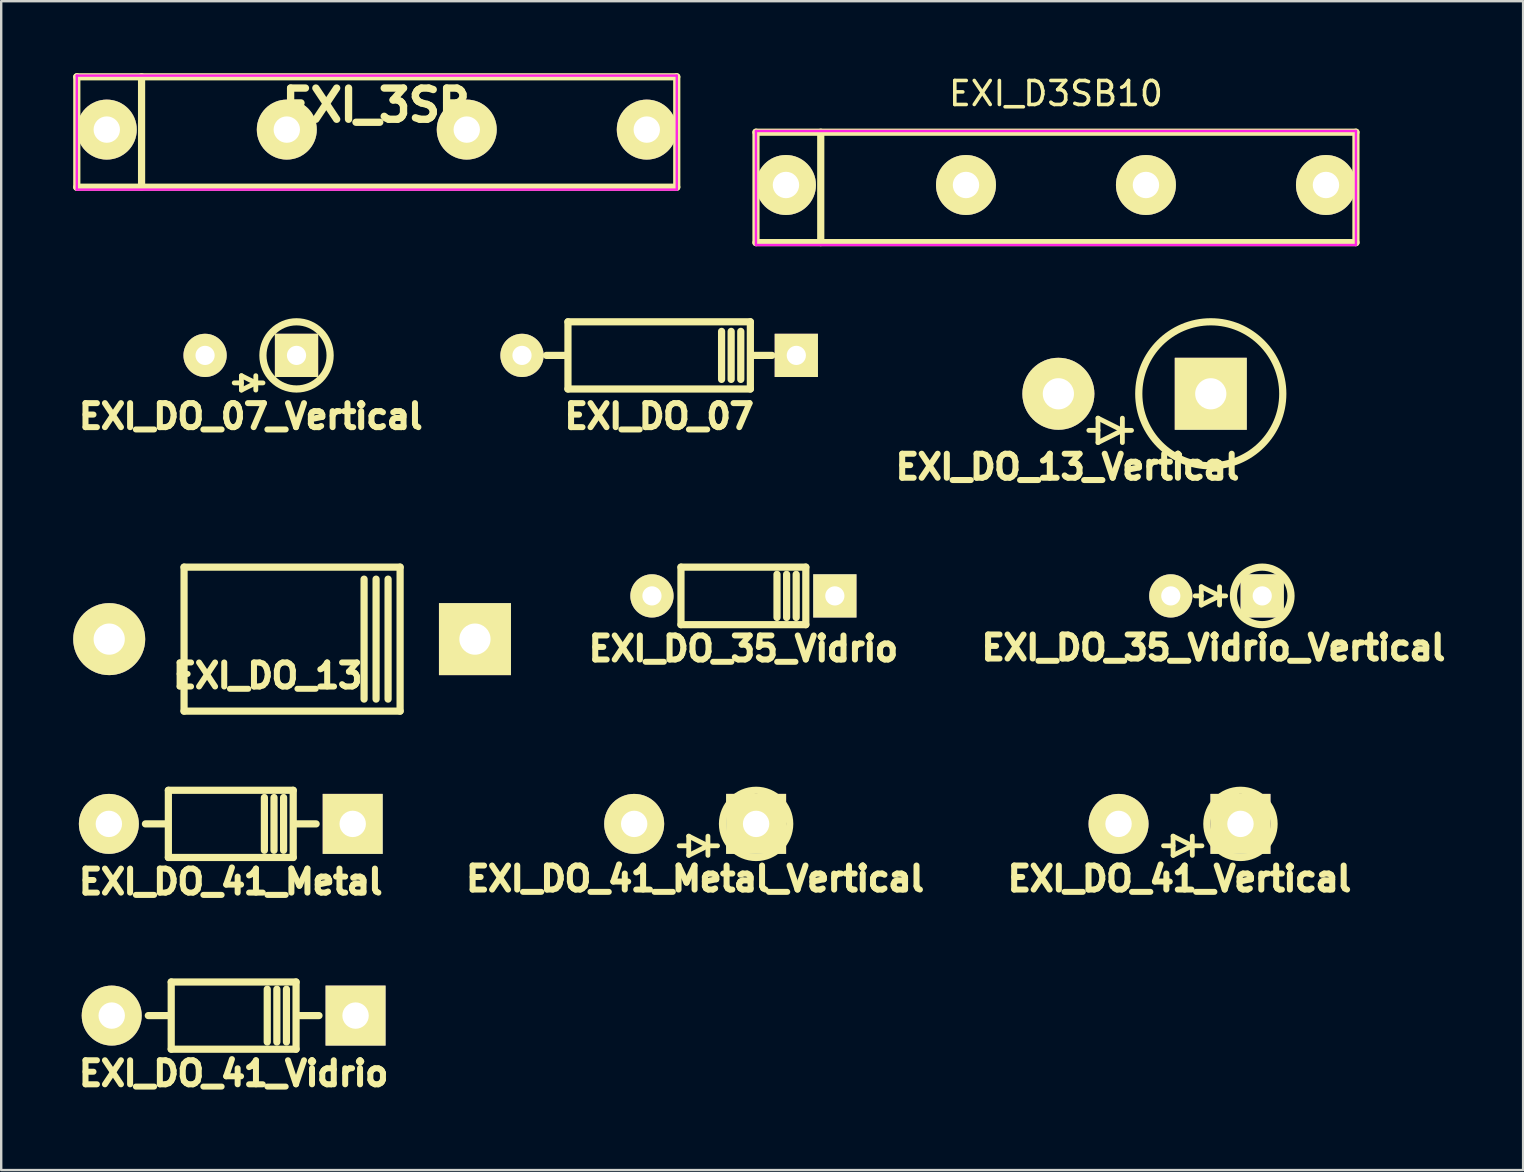
<source format=kicad_pcb>
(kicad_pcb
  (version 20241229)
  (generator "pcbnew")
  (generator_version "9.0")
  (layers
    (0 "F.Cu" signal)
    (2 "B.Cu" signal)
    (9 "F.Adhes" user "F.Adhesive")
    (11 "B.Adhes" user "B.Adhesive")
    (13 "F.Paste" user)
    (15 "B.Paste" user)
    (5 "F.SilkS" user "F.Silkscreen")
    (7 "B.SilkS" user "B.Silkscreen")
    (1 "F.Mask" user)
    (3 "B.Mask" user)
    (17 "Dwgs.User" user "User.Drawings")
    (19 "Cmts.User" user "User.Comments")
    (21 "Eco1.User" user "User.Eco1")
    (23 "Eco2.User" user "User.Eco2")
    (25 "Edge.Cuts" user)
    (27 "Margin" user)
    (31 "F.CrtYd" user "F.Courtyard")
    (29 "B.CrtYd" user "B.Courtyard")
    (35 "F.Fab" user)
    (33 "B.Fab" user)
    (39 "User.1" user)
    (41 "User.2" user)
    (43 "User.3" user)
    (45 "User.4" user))
  (footprint "EXI_DO_41_Vertical"
    (layer "F.Cu")
    (at 46.096 31.279)
    (property "Reference" "EXI_DO_41_Vertical" (at 0 2.286 0) (layer "F.SilkS") (effects (font (size 1.001 1.001) (thickness 0.251))))
    (attr through_hole)
    (fp_line (start -0.665 0.912) (end -0.267 0.912) (stroke (width 0.201) (type solid)) (layer "F.SilkS"))
    (fp_line (start -0.267 0.511) (end -0.267 1.311) (stroke (width 0.201) (type solid)) (layer "F.SilkS"))
    (fp_line (start -0.267 1.311) (end 0.533 0.912) (stroke (width 0.201) (type solid)) (layer "F.SilkS"))
    (fp_line (start 0.533 0.511) (end 0.533 1.311) (stroke (width 0.201) (type solid)) (layer "F.SilkS"))
    (fp_line (start 0.533 0.912) (end -0.267 0.511) (stroke (width 0.201) (type solid)) (layer "F.SilkS"))
    (fp_line (start 0.533 0.912) (end 0.935 0.912) (stroke (width 0.201) (type solid)) (layer "F.SilkS"))
    (fp_circle (center 2.54 0) (end 3.94 0) (stroke (width 0.3) (type solid)) (fill no) (layer "F.SilkS"))
    (pad "1" thru_hole circle (at -2.54 0) (size 2.499 2.499) (drill 1.1) (layers "*.Cu" "*.Mask" "F.SilkS"))
    (pad "2" thru_hole rect (at 2.54 0) (size 2.499 2.499) (drill 1.1) (layers "*.Cu" "*.Mask" "F.SilkS")))
  (footprint "EXI_DO_35_Vidrio_Vertical"
    (layer "F.Cu")
    (at 47.638 21.779)
    (property "Reference" "EXI_DO_35_Vidrio_Vertical" (at -0.127 2.159 0) (layer "F.SilkS") (effects (font (size 1.001 1.001) (thickness 0.251))))
    (attr through_hole)
    (fp_line (start -0.635 -0.381) (end -0.635 0.381) (stroke (width 0.201) (type solid)) (layer "F.SilkS"))
    (fp_line (start -0.635 0) (end -0.889 0) (stroke (width 0.201) (type solid)) (layer "F.SilkS"))
    (fp_line (start -0.635 0.381) (end 0.127 0) (stroke (width 0.201) (type solid)) (layer "F.SilkS"))
    (fp_line (start 0.127 -0.381) (end 0.127 0.381) (stroke (width 0.201) (type solid)) (layer "F.SilkS"))
    (fp_line (start 0.127 0) (end -0.635 -0.381) (stroke (width 0.201) (type solid)) (layer "F.SilkS"))
    (fp_line (start 0.127 0) (end 0.381 0) (stroke (width 0.201) (type solid)) (layer "F.SilkS"))
    (fp_circle (center 1.905 0) (end 3.104 0) (stroke (width 0.3) (type solid)) (fill no) (layer "F.SilkS"))
    (pad "1" thru_hole circle (at -1.905 0) (size 1.801 1.801) (drill 0.8) (layers "*.Cu" "*.Mask" "F.SilkS"))
    (pad "2" thru_hole rect (at 1.905 0) (size 1.801 1.801) (drill 0.8) (layers "*.Cu" "*.Mask" "F.SilkS")))
  (footprint "EXI_DO_41_Metal"
    (layer "F.Cu")
    (at 6.566 31.279)
    (property "Reference" "EXI_DO_41_Metal" (at 0 2.413 0) (layer "F.SilkS") (effects (font (size 1.001 1.001) (thickness 0.251))))
    (attr through_hole)
    (fp_line (start -2.667 0) (end -3.556 0) (stroke (width 0.3) (type solid)) (layer "F.SilkS"))
    (fp_line (start -2.601 -1.4) (end -2.601 1.4) (stroke (width 0.3) (type solid)) (layer "F.SilkS"))
    (fp_line (start -2.601 -1.4) (end 2.601 -1.4) (stroke (width 0.3) (type solid)) (layer "F.SilkS"))
    (fp_line (start -2.601 1.4) (end 2.601 1.4) (stroke (width 0.3) (type solid)) (layer "F.SilkS"))
    (fp_line (start 1.4 -1.1) (end 1.4 1.1) (stroke (width 0.3) (type solid)) (layer "F.SilkS"))
    (fp_line (start 1.801 -1.1) (end 1.801 1.1) (stroke (width 0.3) (type solid)) (layer "F.SilkS"))
    (fp_line (start 2.2 -1.1) (end 2.2 1.1) (stroke (width 0.3) (type solid)) (layer "F.SilkS"))
    (fp_line (start 2.601 -1.4) (end 2.601 1.4) (stroke (width 0.3) (type solid)) (layer "F.SilkS"))
    (fp_line (start 2.667 0) (end 3.556 0) (stroke (width 0.3) (type solid)) (layer "F.SilkS"))
    (pad "1" thru_hole circle (at -5.08 0) (size 2.499 2.499) (drill 1.1) (layers "*.Cu" "*.Mask" "F.SilkS"))
    (pad "2" thru_hole rect (at 5.08 0) (size 2.499 2.499) (drill 1.1) (layers "*.Cu" "*.Mask" "F.SilkS")))
  (footprint "EXI_DO_35_Vidrio"
    (layer "F.Cu")
    (at 27.925 21.779)
    (property "Reference" "EXI_DO_35_Vidrio" (at 0 2.2 0) (layer "F.SilkS") (effects (font (size 1.001 1.001) (thickness 0.251))))
    (attr through_hole)
    (fp_line (start -2.601 -1.199) (end 2.601 -1.199) (stroke (width 0.3) (type solid)) (layer "F.SilkS"))
    (fp_line (start -2.601 1.199) (end -2.601 -1.199) (stroke (width 0.3) (type solid)) (layer "F.SilkS"))
    (fp_line (start 1.4 -0.899) (end 1.4 0.899) (stroke (width 0.3) (type solid)) (layer "F.SilkS"))
    (fp_line (start 1.801 -0.899) (end 1.801 0.899) (stroke (width 0.3) (type solid)) (layer "F.SilkS"))
    (fp_line (start 2.2 -0.899) (end 2.2 0.899) (stroke (width 0.3) (type solid)) (layer "F.SilkS"))
    (fp_line (start 2.601 -1.199) (end 2.601 1.199) (stroke (width 0.3) (type solid)) (layer "F.SilkS"))
    (fp_line (start 2.601 1.199) (end -2.601 1.199) (stroke (width 0.3) (type solid)) (layer "F.SilkS"))
    (pad "1" thru_hole circle (at -3.81 0) (size 1.801 1.801) (drill 0.8) (layers "*.Cu" "*.Mask" "F.SilkS"))
    (pad "2" thru_hole rect (at 3.81 0) (size 1.801 1.801) (drill 0.8) (layers "*.Cu" "*.Mask" "F.SilkS")))
  (footprint "EXI_3SB"
    (layer "F.Cu")
    (at 12.649 2.35)
    (property "Reference" "EXI_3SB" (at 0 -1.016 0) (layer "F.SilkS") (effects (font (size 1.3 1.3) (thickness 0.305))))
    (attr through_hole)
    (fp_line (start -12.499 -2.2) (end 12.499 -2.2) (stroke (width 0.3) (type solid)) (layer "F.SilkS"))
    (fp_line (start -12.499 2.4) (end -12.499 -2.2) (stroke (width 0.3) (type solid)) (layer "F.SilkS"))
    (fp_line (start -9.8 -2.2) (end -9.8 2.4) (stroke (width 0.3) (type solid)) (layer "F.SilkS"))
    (fp_line (start 12.499 -2.2) (end 12.499 2.4) (stroke (width 0.3) (type solid)) (layer "F.SilkS"))
    (fp_line (start 12.499 2.4) (end -12.499 2.4) (stroke (width 0.3) (type solid)) (layer "F.SilkS"))
    (fp_line (start -12.5 -2.25) (end -12.5 2.5) (stroke (width 0.1) (type solid)) (layer "F.CrtYd"))
    (fp_line (start -12.5 2.5) (end 12.5 2.5) (stroke (width 0.1) (type solid)) (layer "F.CrtYd"))
    (fp_line (start 12.5 -2.25) (end -12.5 -2.25) (stroke (width 0.1) (type solid)) (layer "F.CrtYd"))
    (fp_line (start 12.5 2.5) (end 12.5 -2.25) (stroke (width 0.1) (type solid)) (layer "F.CrtYd"))
    (pad "1" thru_hole circle (at -11.25 0) (size 2.499 2.499) (drill 1.1) (layers "*.Cu" "*.Mask" "F.SilkS"))
    (pad "2" thru_hole circle (at -3.749 0) (size 2.499 2.499) (drill 1.1) (layers "*.Cu" "*.Mask" "F.SilkS"))
    (pad "3" thru_hole circle (at 3.749 0) (size 2.499 2.499) (drill 1.1) (layers "*.Cu" "*.Mask" "F.SilkS"))
    (pad "4" thru_hole circle (at 11.25 0) (size 2.499 2.499) (drill 1.1) (layers "*.Cu" "*.Mask" "F.SilkS")))
  (footprint "EXI_DO_13_Vertical"
    (layer "F.Cu")
    (at 44.224 13.358)
    (property "Reference" "EXI_DO_13_Vertical" (at -2.794 3.048 0) (layer "F.SilkS") (effects (font (size 1.001 1.001) (thickness 0.251))))
    (attr through_hole)
    (fp_line (start -1.524 1.016) (end -1.524 2.032) (stroke (width 0.201) (type solid)) (layer "F.SilkS"))
    (fp_line (start -1.524 1.524) (end -1.905 1.524) (stroke (width 0.201) (type solid)) (layer "F.SilkS"))
    (fp_line (start -1.524 2.032) (end -0.508 1.524) (stroke (width 0.201) (type solid)) (layer "F.SilkS"))
    (fp_line (start -0.508 1.016) (end -0.508 2.032) (stroke (width 0.201) (type solid)) (layer "F.SilkS"))
    (fp_line (start -0.508 1.524) (end -1.524 1.016) (stroke (width 0.201) (type solid)) (layer "F.SilkS"))
    (fp_line (start -0.508 1.524) (end -0.127 1.524) (stroke (width 0.201) (type solid)) (layer "F.SilkS"))
    (fp_circle (center 3.175 0) (end 3.175 -3) (stroke (width 0.3) (type solid)) (fill no) (layer "F.SilkS"))
    (pad "1" thru_hole circle (at -3.175 0) (size 3 3) (drill 1.3) (layers "*.Cu" "*.Mask" "F.SilkS"))
    (pad "2" thru_hole rect (at 3.175 0) (size 3 3) (drill 1.3) (layers "*.Cu" "*.Mask" "F.SilkS")))
  (footprint "EXI_DO_41_Vidrio"
    (layer "F.Cu")
    (at 6.685 39.266)
    (property "Reference" "EXI_DO_41_Vidrio" (at 0 2.413 0) (layer "F.SilkS") (effects (font (size 1.001 1.001) (thickness 0.251))))
    (attr through_hole)
    (fp_line (start -2.667 0) (end -3.556 0) (stroke (width 0.3) (type solid)) (layer "F.SilkS"))
    (fp_line (start -2.601 -1.4) (end -2.601 1.4) (stroke (width 0.3) (type solid)) (layer "F.SilkS"))
    (fp_line (start -2.601 -1.4) (end 2.601 -1.4) (stroke (width 0.3) (type solid)) (layer "F.SilkS"))
    (fp_line (start -2.601 1.4) (end 2.601 1.4) (stroke (width 0.3) (type solid)) (layer "F.SilkS"))
    (fp_line (start 1.4 -1.1) (end 1.4 1.1) (stroke (width 0.3) (type solid)) (layer "F.SilkS"))
    (fp_line (start 1.801 -1.1) (end 1.801 1.1) (stroke (width 0.3) (type solid)) (layer "F.SilkS"))
    (fp_line (start 2.2 -1.1) (end 2.2 1.1) (stroke (width 0.3) (type solid)) (layer "F.SilkS"))
    (fp_line (start 2.601 -1.4) (end 2.601 1.4) (stroke (width 0.3) (type solid)) (layer "F.SilkS"))
    (fp_line (start 2.667 0) (end 3.556 0) (stroke (width 0.3) (type solid)) (layer "F.SilkS"))
    (pad "1" thru_hole circle (at -5.08 0) (size 2.499 2.499) (drill 1.1) (layers "*.Cu" "*.Mask" "F.SilkS"))
    (pad "2" thru_hole rect (at 5.08 0) (size 2.499 2.499) (drill 1.1) (layers "*.Cu" "*.Mask" "F.SilkS")))
  (footprint "EXI_DO_13"
    (layer "F.Cu")
    (at 9.12 23.58)
    (property "Reference" "EXI_DO_13" (at -1.016 1.524 0) (layer "F.SilkS") (effects (font (size 1.001 1.001) (thickness 0.251))))
    (attr through_hole)
    (fp_line (start -4.501 -3) (end 4.501 -3) (stroke (width 0.3) (type solid)) (layer "F.SilkS"))
    (fp_line (start -4.501 3) (end -4.501 -3) (stroke (width 0.3) (type solid)) (layer "F.SilkS"))
    (fp_line (start 3 -2.499) (end 3 2.499) (stroke (width 0.3) (type solid)) (layer "F.SilkS"))
    (fp_line (start 3.5 -2.499) (end 3.5 2.499) (stroke (width 0.3) (type solid)) (layer "F.SilkS"))
    (fp_line (start 4 -2.499) (end 4 2.499) (stroke (width 0.3) (type solid)) (layer "F.SilkS"))
    (fp_line (start 4.501 -3) (end 4.501 3) (stroke (width 0.3) (type solid)) (layer "F.SilkS"))
    (fp_line (start 4.501 3) (end -4.501 3) (stroke (width 0.3) (type solid)) (layer "F.SilkS"))
    (pad "1" thru_hole circle (at -7.62 0) (size 3 3) (drill 1.3) (layers "*.Cu" "*.Mask" "F.SilkS"))
    (pad "2" thru_hole rect (at 7.62 0) (size 3 3) (drill 1.3) (layers "*.Cu" "*.Mask" "F.SilkS")))
  (footprint "EXI_DO_07"
    (layer "F.Cu")
    (at 24.415 11.758)
    (property "Reference" "EXI_DO_07" (at 0 2.54 0) (layer "F.SilkS") (effects (font (size 1.001 1.001) (thickness 0.251))))
    (attr through_hole)
    (fp_line (start -4.699 0) (end -3.937 0) (stroke (width 0.3) (type solid)) (layer "F.SilkS"))
    (fp_line (start -3.8 -1.4) (end 3.8 -1.4) (stroke (width 0.3) (type solid)) (layer "F.SilkS"))
    (fp_line (start -3.8 1.4) (end -3.8 -1.4) (stroke (width 0.3) (type solid)) (layer "F.SilkS"))
    (fp_line (start 2.601 -1.001) (end 2.601 1.001) (stroke (width 0.3) (type solid)) (layer "F.SilkS"))
    (fp_line (start 3 -1.001) (end 3 1.001) (stroke (width 0.3) (type solid)) (layer "F.SilkS"))
    (fp_line (start 3.401 -1.001) (end 3.401 1.001) (stroke (width 0.3) (type solid)) (layer "F.SilkS"))
    (fp_line (start 3.8 -1.4) (end 3.8 1.4) (stroke (width 0.3) (type solid)) (layer "F.SilkS"))
    (fp_line (start 3.8 1.4) (end -3.8 1.4) (stroke (width 0.3) (type solid)) (layer "F.SilkS"))
    (fp_line (start 4.699 0) (end 3.937 0) (stroke (width 0.3) (type solid)) (layer "F.SilkS"))
    (pad "1" thru_hole circle (at -5.715 0) (size 1.801 1.801) (drill 0.8) (layers "*.Cu" "*.Mask" "F.SilkS"))
    (pad "2" thru_hole rect (at 5.715 0) (size 1.801 1.801) (drill 0.8) (layers "*.Cu" "*.Mask" "F.SilkS")))
  (footprint "EXI_DO_41_Metal_Vertical"
    (layer "F.Cu")
    (at 25.914 31.279)
    (property "Reference" "EXI_DO_41_Metal_Vertical" (at 0 2.286 0) (layer "F.SilkS") (effects (font (size 1.001 1.001) (thickness 0.251))))
    (attr through_hole)
    (fp_line (start -0.665 0.912) (end -0.267 0.912) (stroke (width 0.201) (type solid)) (layer "F.SilkS"))
    (fp_line (start -0.267 0.511) (end -0.267 1.311) (stroke (width 0.201) (type solid)) (layer "F.SilkS"))
    (fp_line (start -0.267 1.311) (end 0.533 0.912) (stroke (width 0.201) (type solid)) (layer "F.SilkS"))
    (fp_line (start 0.533 0.511) (end 0.533 1.311) (stroke (width 0.201) (type solid)) (layer "F.SilkS"))
    (fp_line (start 0.533 0.912) (end -0.267 0.511) (stroke (width 0.201) (type solid)) (layer "F.SilkS"))
    (fp_line (start 0.533 0.912) (end 0.935 0.912) (stroke (width 0.201) (type solid)) (layer "F.SilkS"))
    (fp_circle (center 2.54 0) (end 3.94 0) (stroke (width 0.3) (type solid)) (fill no) (layer "F.SilkS"))
    (pad "1" thru_hole circle (at -2.54 0) (size 2.499 2.499) (drill 1.1) (layers "*.Cu" "*.Mask" "F.SilkS"))
    (pad "2" thru_hole rect (at 2.54 0) (size 2.499 2.499) (drill 1.1) (layers "*.Cu" "*.Mask" "F.SilkS")))
  (footprint "EXI_DO_07_Vertical"
    (layer "F.Cu")
    (at 7.4 11.758)
    (property "Reference" "EXI_DO_07_Vertical" (at 0 2.54 0) (layer "F.SilkS") (effects (font (size 1.001 1.001) (thickness 0.251))))
    (attr through_hole)
    (fp_line (start -0.691 1.146) (end -0.391 1.146) (stroke (width 0.201) (type solid)) (layer "F.SilkS"))
    (fp_line (start -0.391 0.846) (end -0.391 1.445) (stroke (width 0.201) (type solid)) (layer "F.SilkS"))
    (fp_line (start -0.391 1.445) (end 0.208 1.146) (stroke (width 0.201) (type solid)) (layer "F.SilkS"))
    (fp_line (start 0.208 0.846) (end 0.208 1.445) (stroke (width 0.201) (type solid)) (layer "F.SilkS"))
    (fp_line (start 0.208 1.146) (end -0.391 0.846) (stroke (width 0.201) (type solid)) (layer "F.SilkS"))
    (fp_line (start 0.508 1.146) (end 0.208 1.146) (stroke (width 0.201) (type solid)) (layer "F.SilkS"))
    (fp_circle (center 1.905 0) (end 1.905 -1.4) (stroke (width 0.3) (type solid)) (fill no) (layer "F.SilkS"))
    (pad "1" thru_hole circle (at -1.905 0) (size 1.801 1.801) (drill 0.8) (layers "*.Cu" "*.Mask" "F.SilkS"))
    (pad "2" thru_hole rect (at 1.905 0) (size 1.801 1.801) (drill 0.8) (layers "*.Cu" "*.Mask" "F.SilkS")))
  (footprint "EXI_D3SB10"
    (layer "F.Cu")
    (at 40.948 4.658)
    (property "Reference" "EXI_D3SB10" (at 0 -3.81 0) (layer "F.SilkS") (effects (font (size 1 1) (thickness 0.15))))
    (attr through_hole)
    (fp_line (start -12.499 -2.2) (end 12.499 -2.2) (stroke (width 0.3) (type solid)) (layer "F.SilkS"))
    (fp_line (start -12.499 2.4) (end -12.499 -2.2) (stroke (width 0.3) (type solid)) (layer "F.SilkS"))
    (fp_line (start -9.8 -2.2) (end -9.8 2.4) (stroke (width 0.3) (type solid)) (layer "F.SilkS"))
    (fp_line (start 12.499 -2.2) (end 12.499 2.4) (stroke (width 0.3) (type solid)) (layer "F.SilkS"))
    (fp_line (start 12.499 2.4) (end -12.499 2.4) (stroke (width 0.3) (type solid)) (layer "F.SilkS"))
    (fp_line (start -12.5 -2.25) (end -12.5 2.5) (stroke (width 0.1) (type solid)) (layer "F.CrtYd"))
    (fp_line (start -12.5 2.5) (end 12.5 2.5) (stroke (width 0.1) (type solid)) (layer "F.CrtYd"))
    (fp_line (start 12.5 -2.25) (end -12.5 -2.25) (stroke (width 0.1) (type solid)) (layer "F.CrtYd"))
    (fp_line (start 12.5 2.5) (end 12.5 -2.25) (stroke (width 0.1) (type solid)) (layer "F.CrtYd"))
    (pad "1" thru_hole circle (at -11.25 0) (size 2.499 2.499) (drill 1.1) (layers "*.Cu" "*.Mask" "F.SilkS"))
    (pad "2" thru_hole circle (at -3.749 0) (size 2.499 2.499) (drill 1.1) (layers "*.Cu" "*.Mask" "F.SilkS"))
    (pad "3" thru_hole circle (at 3.749 0) (size 2.499 2.499) (drill 1.1) (layers "*.Cu" "*.Mask" "F.SilkS"))
    (pad "4" thru_hole circle (at 11.25 0) (size 2.499 2.499) (drill 1.1) (layers "*.Cu" "*.Mask" "F.SilkS")))
  (gr_rect
    (start -3 -3)
    (end 60.413 45.704)
    (stroke (width 0.1) (type default))
    (fill no)
    (layer "Edge.Cuts")))
</source>
